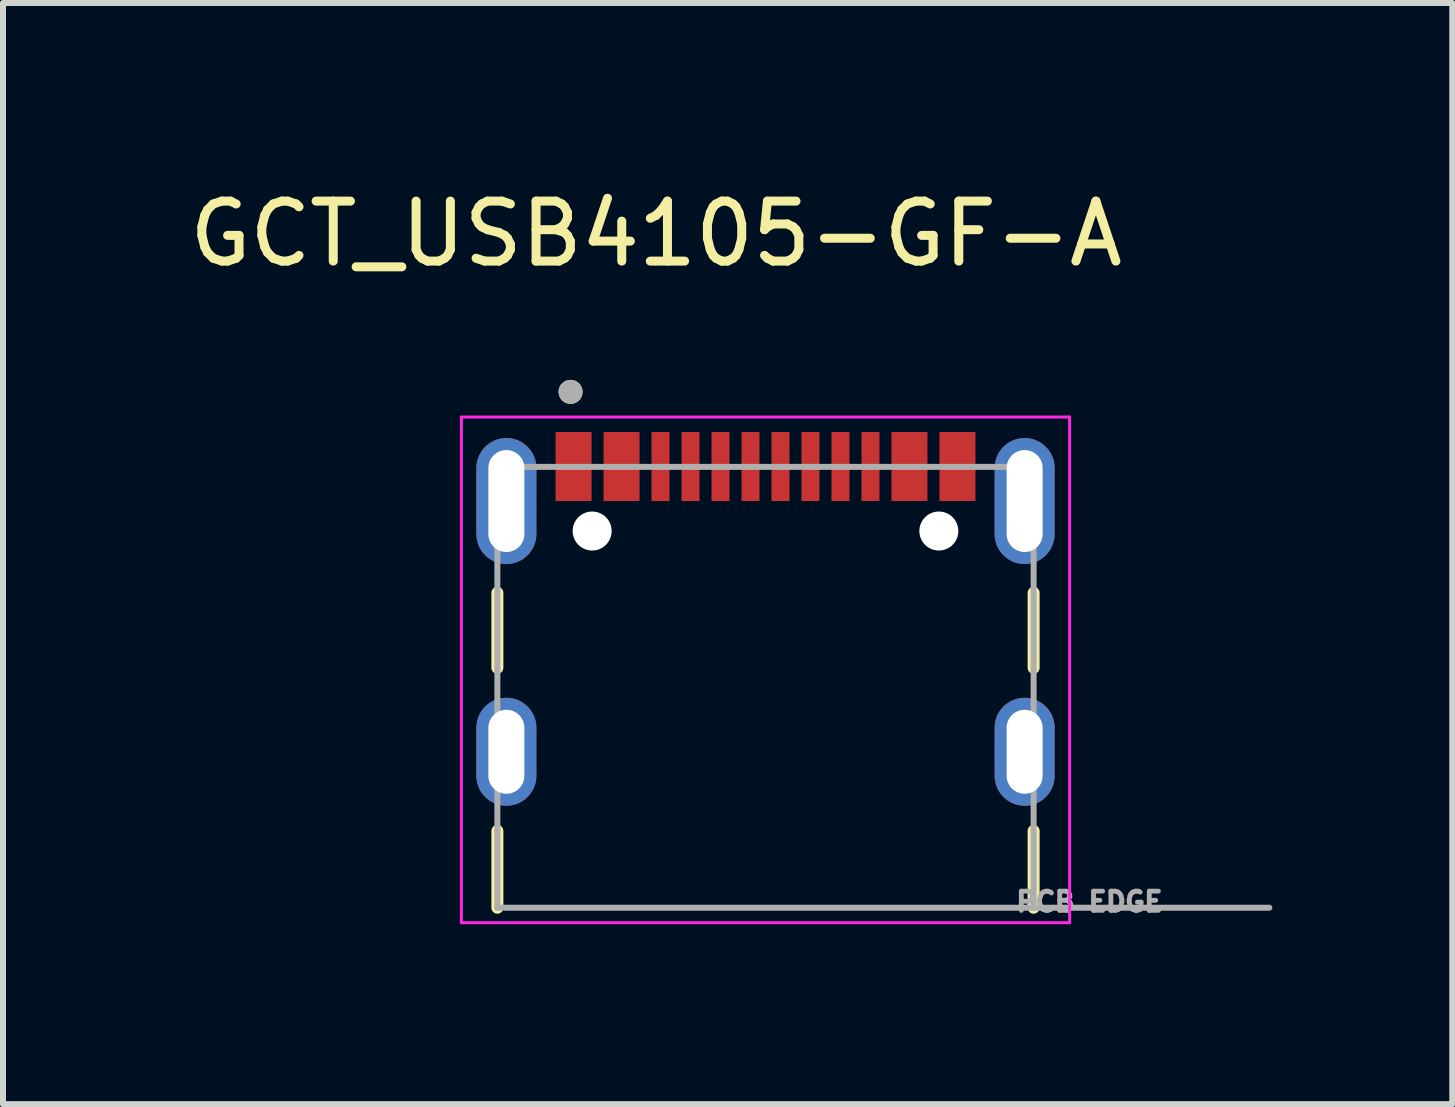
<source format=kicad_pcb>
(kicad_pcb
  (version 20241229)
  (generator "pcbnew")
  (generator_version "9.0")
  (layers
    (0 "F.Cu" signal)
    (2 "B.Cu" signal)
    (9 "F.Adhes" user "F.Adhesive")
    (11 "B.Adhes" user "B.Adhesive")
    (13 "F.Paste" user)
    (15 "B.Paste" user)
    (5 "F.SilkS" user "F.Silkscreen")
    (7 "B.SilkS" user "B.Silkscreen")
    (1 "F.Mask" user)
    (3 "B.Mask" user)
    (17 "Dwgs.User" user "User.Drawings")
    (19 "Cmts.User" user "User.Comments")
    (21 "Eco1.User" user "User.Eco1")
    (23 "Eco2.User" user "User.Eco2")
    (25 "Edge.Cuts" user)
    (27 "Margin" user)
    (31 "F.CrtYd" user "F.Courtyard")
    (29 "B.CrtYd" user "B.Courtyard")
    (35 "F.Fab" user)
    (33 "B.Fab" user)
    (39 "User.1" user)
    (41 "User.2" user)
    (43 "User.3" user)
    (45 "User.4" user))
  (footprint "GCT_USB4105-GF-A"
    (layer "F.Cu")
    (at 9.712 9.483)
    (property "Reference" "GCT_USB4105-GF-A" (at -1.825 -8.635 0) (layer "F.SilkS") (effects (font (size 1 1) (thickness 0.15))))
    (attr smd)
    (fp_poly (pts (xy -3.55 -5.38) (xy -2.85 -5.38) (xy -2.85 -4.13) (xy -3.55 -4.13)) (stroke (width 0.01) (type solid)) (fill yes) (layer "F.Mask"))
    (fp_poly (pts (xy -2.75 -5.38) (xy -2.05 -5.38) (xy -2.05 -4.13) (xy -2.75 -4.13)) (stroke (width 0.01) (type solid)) (fill yes) (layer "F.Mask"))
    (fp_poly (pts (xy -1.95 -5.38) (xy -1.55 -5.38) (xy -1.55 -4.13) (xy -1.95 -4.13)) (stroke (width 0.01) (type solid)) (fill yes) (layer "F.Mask"))
    (fp_poly (pts (xy -1.45 -5.38) (xy -1.05 -5.38) (xy -1.05 -4.13) (xy -1.45 -4.13)) (stroke (width 0.01) (type solid)) (fill yes) (layer "F.Mask"))
    (fp_poly (pts (xy -0.95 -5.38) (xy -0.55 -5.38) (xy -0.55 -4.13) (xy -0.95 -4.13)) (stroke (width 0.01) (type solid)) (fill yes) (layer "F.Mask"))
    (fp_poly (pts (xy -0.45 -5.38) (xy -0.05 -5.38) (xy -0.05 -4.13) (xy -0.45 -4.13)) (stroke (width 0.01) (type solid)) (fill yes) (layer "F.Mask"))
    (fp_poly (pts (xy 0.05 -5.38) (xy 0.45 -5.38) (xy 0.45 -4.13) (xy 0.05 -4.13)) (stroke (width 0.01) (type solid)) (fill yes) (layer "F.Mask"))
    (fp_poly (pts (xy 0.55 -5.38) (xy 0.95 -5.38) (xy 0.95 -4.13) (xy 0.55 -4.13)) (stroke (width 0.01) (type solid)) (fill yes) (layer "F.Mask"))
    (fp_poly (pts (xy 1.05 -5.38) (xy 1.45 -5.38) (xy 1.45 -4.13) (xy 1.05 -4.13)) (stroke (width 0.01) (type solid)) (fill yes) (layer "F.Mask"))
    (fp_poly (pts (xy 1.55 -5.38) (xy 1.95 -5.38) (xy 1.95 -4.13) (xy 1.55 -4.13)) (stroke (width 0.01) (type solid)) (fill yes) (layer "F.Mask"))
    (fp_poly (pts (xy 2.05 -5.38) (xy 2.75 -5.38) (xy 2.75 -4.13) (xy 2.05 -4.13)) (stroke (width 0.01) (type solid)) (fill yes) (layer "F.Mask"))
    (fp_poly (pts (xy 2.85 -5.38) (xy 3.55 -5.38) (xy 3.55 -4.13) (xy 2.85 -4.13)) (stroke (width 0.01) (type solid)) (fill yes) (layer "F.Mask"))
    (fp_line (start -4.47 -2.65) (end -4.47 -1.4) (stroke (width 0.2) (type solid)) (layer "F.SilkS"))
    (fp_line (start -4.47 1.32) (end -4.47 2.6) (stroke (width 0.2) (type solid)) (layer "F.SilkS"))
    (fp_line (start 4.47 -2.65) (end 4.47 -1.4) (stroke (width 0.2) (type solid)) (layer "F.SilkS"))
    (fp_line (start 4.47 2.6) (end 4.47 1.32) (stroke (width 0.2) (type solid)) (layer "F.SilkS"))
    (fp_circle (center -3.25 -6) (end -3.15 -6) (stroke (width 0.2) (type solid)) (fill no) (layer "F.SilkS"))
    (fp_line (start -5.07 -5.58) (end -5.07 2.85) (stroke (width 0.05) (type solid)) (layer "F.CrtYd"))
    (fp_line (start -5.07 2.85) (end 5.07 2.85) (stroke (width 0.05) (type solid)) (layer "F.CrtYd"))
    (fp_line (start 5.07 -5.58) (end -5.07 -5.58) (stroke (width 0.05) (type solid)) (layer "F.CrtYd"))
    (fp_line (start 5.07 2.85) (end 5.07 -5.58) (stroke (width 0.05) (type solid)) (layer "F.CrtYd"))
    (fp_line (start -4.47 -4.75) (end 4.47 -4.75) (stroke (width 0.1) (type solid)) (layer "F.Fab"))
    (fp_line (start -4.47 2.6) (end -4.47 -4.75) (stroke (width 0.1) (type solid)) (layer "F.Fab"))
    (fp_line (start 4.47 -4.75) (end 4.47 2.6) (stroke (width 0.1) (type solid)) (layer "F.Fab"))
    (fp_line (start 4.47 2.6) (end -4.47 2.6) (stroke (width 0.1) (type solid)) (layer "F.Fab"))
    (fp_line (start 4.47 2.6) (end 8.4 2.6) (stroke (width 0.1) (type solid)) (layer "F.Fab"))
    (fp_circle (center -3.25 -6) (end -3.15 -6) (stroke (width 0.2) (type solid)) (fill no) (layer "F.Fab"))
    (fp_text user "PCB EDGE" (at 5.4 2.5 0) (layer "F.Fab") (effects (font (size 0.32 0.32) (thickness 0.15))))
    (pad "" np_thru_hole circle (at -2.89 -3.68) (size 0.65 0.65) (drill 0.65) (layers "*.Cu" "*.Mask"))
    (pad "" np_thru_hole circle (at 2.89 -3.68) (size 0.65 0.65) (drill 0.65) (layers "*.Cu" "*.Mask"))
    (pad "A1_B12" smd rect (at -3.2 -4.755) (size 0.6 1.15) (layers "F.Cu" "F.Paste"))
    (pad "A4_B9" smd rect (at -2.4 -4.755) (size 0.6 1.15) (layers "F.Cu" "F.Paste"))
    (pad "A5" smd rect (at -1.25 -4.755) (size 0.3 1.15) (layers "F.Cu" "F.Paste"))
    (pad "A6" smd rect (at -0.25 -4.755) (size 0.3 1.15) (layers "F.Cu" "F.Paste"))
    (pad "A7" smd rect (at 0.25 -4.755) (size 0.3 1.15) (layers "F.Cu" "F.Paste"))
    (pad "A8" smd rect (at 1.25 -4.755) (size 0.3 1.15) (layers "F.Cu" "F.Paste"))
    (pad "B1_A12" smd rect (at 3.2 -4.755) (size 0.6 1.15) (layers "F.Cu" "F.Paste"))
    (pad "B4_A9" smd rect (at 2.4 -4.755) (size 0.6 1.15) (layers "F.Cu" "F.Paste"))
    (pad "B5" smd rect (at 1.75 -4.755) (size 0.3 1.15) (layers "F.Cu" "F.Paste"))
    (pad "B6" smd rect (at 0.75 -4.755) (size 0.3 1.15) (layers "F.Cu" "F.Paste"))
    (pad "B7" smd rect (at -0.75 -4.755) (size 0.3 1.15) (layers "F.Cu" "F.Paste"))
    (pad "B8" smd rect (at -1.75 -4.755) (size 0.3 1.15) (layers "F.Cu" "F.Paste"))
    (pad "SH1" thru_hole oval (at -4.32 -4.18) (size 1 2.1) (drill oval 0.6 1.7) (layers "*.Cu" "*.Mask"))
    (pad "SH2" thru_hole oval (at 4.32 -4.18) (size 1 2.1) (drill oval 0.6 1.7) (layers "*.Cu" "*.Mask"))
    (pad "SH3" thru_hole oval (at -4.32 0) (size 1 1.8) (drill oval 0.6 1.4) (layers "*.Cu" "*.Mask"))
    (pad "SH4" thru_hole oval (at 4.32 0) (size 1 1.8) (drill oval 0.6 1.4) (layers "*.Cu" "*.Mask")))
  (gr_rect
    (start -3 -3)
    (end 21.162 15.358)
    (stroke (width 0.1) (type default))
    (fill no)
    (layer "Edge.Cuts")))
</source>
